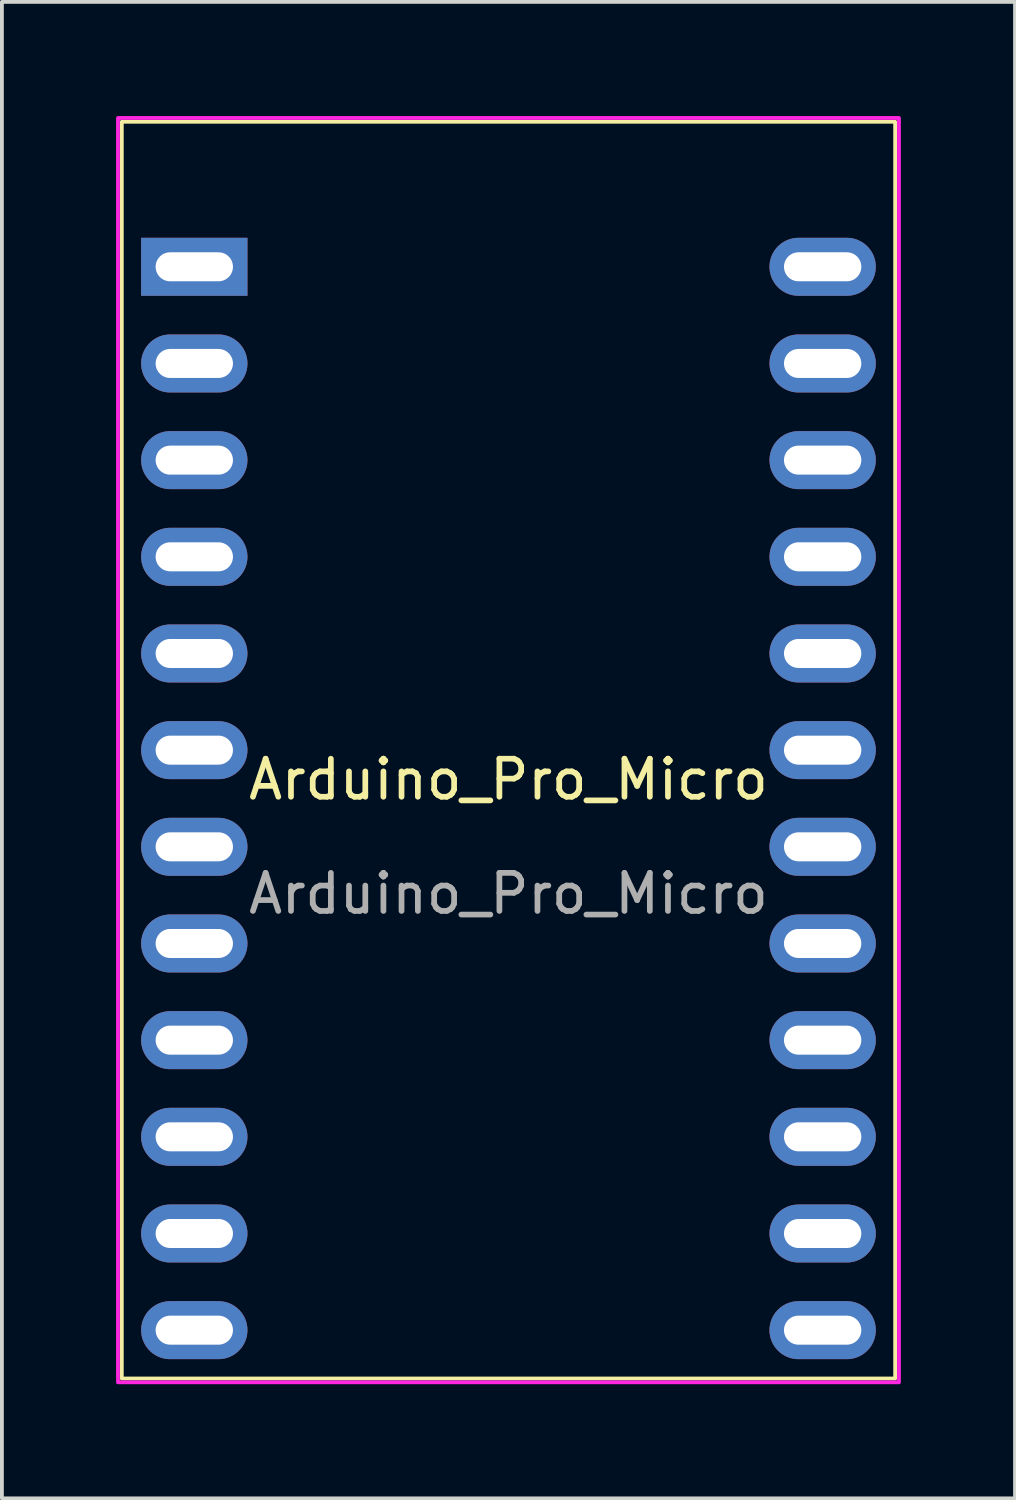
<source format=kicad_pcb>
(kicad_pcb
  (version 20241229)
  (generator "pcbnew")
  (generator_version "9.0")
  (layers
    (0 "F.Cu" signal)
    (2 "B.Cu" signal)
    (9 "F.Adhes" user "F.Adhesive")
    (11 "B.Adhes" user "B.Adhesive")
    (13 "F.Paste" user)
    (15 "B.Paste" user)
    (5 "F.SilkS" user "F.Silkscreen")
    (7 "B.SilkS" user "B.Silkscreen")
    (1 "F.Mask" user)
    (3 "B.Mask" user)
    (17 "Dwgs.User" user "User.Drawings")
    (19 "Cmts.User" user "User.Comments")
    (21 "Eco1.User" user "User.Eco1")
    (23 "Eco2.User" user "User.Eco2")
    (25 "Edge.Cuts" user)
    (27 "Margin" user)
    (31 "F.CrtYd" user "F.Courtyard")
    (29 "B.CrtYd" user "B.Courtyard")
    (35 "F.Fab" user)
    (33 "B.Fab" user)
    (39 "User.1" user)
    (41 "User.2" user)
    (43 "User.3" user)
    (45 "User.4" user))
  (footprint "Arduino_Pro_Micro"
    (layer "F.Cu")
    (at 2.69 3.96)
    (property "Reference" "Arduino_Pro_Micro" (at 7.62 13.47 0) (unlocked yes) (layer "F.SilkS") (effects (font (size 1 1) (thickness 0.15))))
    (attr through_hole)
    (fp_rect (start 17.78 -3.81) (end -2.54 29.21) (stroke (width 0.1) (type solid)) (fill no) (layer "F.SilkS"))
    (fp_rect (start -2.64 -3.91) (end 17.88 29.31) (stroke (width 0.1) (type solid)) (fill no) (layer "F.CrtYd"))
    (fp_text user "${REFERENCE}" (at 7.62 16.47 0) (unlocked yes) (layer "F.Fab") (effects (font (size 1 1) (thickness 0.15))))
    (pad "1" thru_hole rect (at -0.635 0) (size 2.794 1.524) (drill oval 2.032 0.762) (layers "*.Cu" "*.Mask"))
    (pad "2" thru_hole oval (at -0.635 2.54) (size 2.794 1.524) (drill oval 2.032 0.762) (layers "*.Cu" "*.Mask"))
    (pad "3" thru_hole oval (at -0.635 5.08) (size 2.794 1.524) (drill oval 2.032 0.762) (layers "*.Cu" "*.Mask"))
    (pad "4" thru_hole oval (at -0.635 7.62) (size 2.794 1.524) (drill oval 2.032 0.762) (layers "*.Cu" "*.Mask"))
    (pad "5" thru_hole oval (at -0.635 10.16) (size 2.794 1.524) (drill oval 2.032 0.762) (layers "*.Cu" "*.Mask"))
    (pad "6" thru_hole oval (at -0.635 12.7) (size 2.794 1.524) (drill oval 2.032 0.762) (layers "*.Cu" "*.Mask"))
    (pad "7" thru_hole oval (at -0.635 15.24) (size 2.794 1.524) (drill oval 2.032 0.762) (layers "*.Cu" "*.Mask"))
    (pad "8" thru_hole oval (at -0.635 17.78) (size 2.794 1.524) (drill oval 2.032 0.762) (layers "*.Cu" "*.Mask"))
    (pad "9" thru_hole oval (at -0.635 20.32) (size 2.794 1.524) (drill oval 2.032 0.762) (layers "*.Cu" "*.Mask"))
    (pad "10" thru_hole oval (at -0.635 22.86) (size 2.794 1.524) (drill oval 2.032 0.762) (layers "*.Cu" "*.Mask"))
    (pad "11" thru_hole oval (at -0.635 25.4) (size 2.794 1.524) (drill oval 2.032 0.762) (layers "*.Cu" "*.Mask"))
    (pad "12" thru_hole oval (at -0.635 27.94) (size 2.794 1.524) (drill oval 2.032 0.762) (layers "*.Cu" "*.Mask"))
    (pad "13" thru_hole oval (at 15.875 27.94) (size 2.794 1.524) (drill oval 2.032 0.762) (layers "*.Cu" "*.Mask"))
    (pad "14" thru_hole oval (at 15.875 25.4) (size 2.794 1.524) (drill oval 2.032 0.762) (layers "*.Cu" "*.Mask"))
    (pad "15" thru_hole oval (at 15.875 22.86) (size 2.794 1.524) (drill oval 2.032 0.762) (layers "*.Cu" "*.Mask"))
    (pad "16" thru_hole oval (at 15.875 20.32) (size 2.794 1.524) (drill oval 2.032 0.762) (layers "*.Cu" "*.Mask"))
    (pad "17" thru_hole oval (at 15.875 17.78) (size 2.794 1.524) (drill oval 2.032 0.762) (layers "*.Cu" "*.Mask"))
    (pad "18" thru_hole oval (at 15.875 15.24) (size 2.794 1.524) (drill oval 2.032 0.762) (layers "*.Cu" "*.Mask"))
    (pad "19" thru_hole oval (at 15.875 12.7) (size 2.794 1.524) (drill oval 2.032 0.762) (layers "*.Cu" "*.Mask"))
    (pad "20" thru_hole oval (at 15.875 10.16) (size 2.794 1.524) (drill oval 2.032 0.762) (layers "*.Cu" "*.Mask"))
    (pad "21" thru_hole oval (at 15.875 7.62) (size 2.794 1.524) (drill oval 2.032 0.762) (layers "*.Cu" "*.Mask"))
    (pad "22" thru_hole oval (at 15.875 5.08) (size 2.794 1.524) (drill oval 2.032 0.762) (layers "*.Cu" "*.Mask"))
    (pad "23" thru_hole oval (at 15.875 2.54) (size 2.794 1.524) (drill oval 2.032 0.762) (layers "*.Cu" "*.Mask"))
    (pad "24" thru_hole oval (at 15.875 0) (size 2.794 1.524) (drill oval 2.032 0.762) (layers "*.Cu" "*.Mask")))
  (gr_rect
    (start -3 -3)
    (end 23.62 36.32)
    (stroke (width 0.1) (type default))
    (fill no)
    (layer "Edge.Cuts")))
</source>
